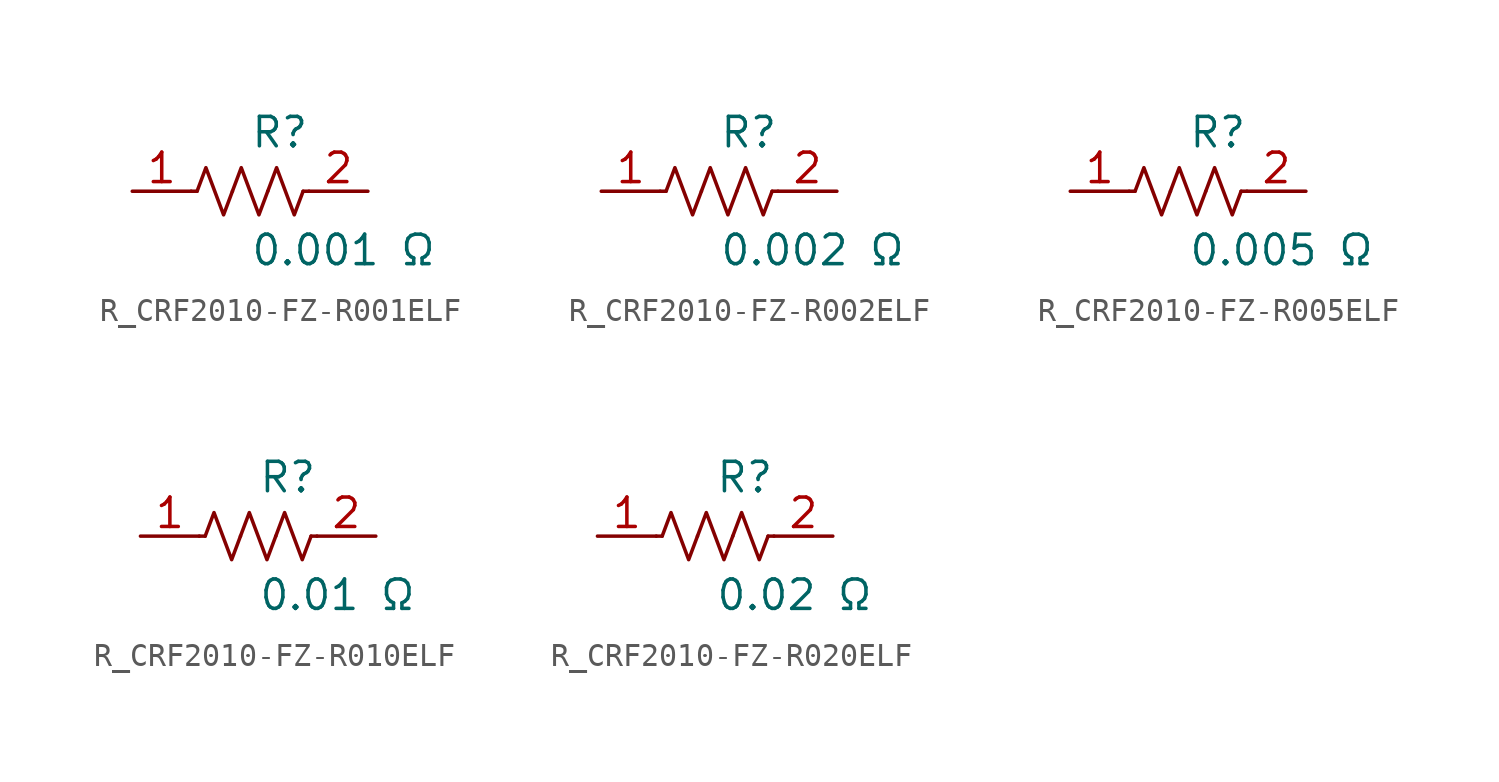
<source format=kicad_sym>
(kicad_symbol_lib
  (version 20231120)
  (generator kicad_symbol_editor)
  (generator_version 8.0)
  (symbol "R_CRF2010-FZ-R001ELF"
    (pin_names
      (offset 0.254))
    (property "Reference" "R"
      (at 0 2.54 0)
      (effects (font (size 1.27 1.27)) (justify left)))
    (property "Value" "0.001 Ω"
      (at 0 -2.54 0)
      (effects (font (size 1.27 1.27)) (justify left)))
    (symbol "R_CRF2010-FZ-R001ELF_0_1"
      (polyline (pts (xy 2.286 0) (xy 2.54 0)) (stroke (width 0) (type default)) (fill (type none)))
      (polyline (pts (xy -2.286 0) (xy -2.54 0)) (stroke (width 0) (type default)) (fill (type none)))
      (polyline (pts (xy 0.762 0) (xy 1.143 1.016) (xy 1.524 0) (xy 1.905 -1.016) (xy 2.286 0)) (stroke (width 0) (type default)) (fill (type none)))
      (polyline (pts (xy -0.762 0) (xy -0.381 1.016) (xy 0 0) (xy 0.381 -1.016) (xy 0.762 0)) (stroke (width 0) (type default)) (fill (type none)))
      (polyline (pts (xy -2.286 0) (xy -1.905 1.016) (xy -1.524 0) (xy -1.143 -1.016) (xy -0.762 0)) (stroke (width 0) (type default)) (fill (type none))))
    (pin unspecified line
      (at -5.08 0 0)
      (length 2.54)
      (name "" (effects (font (size 1.27 1.27))))
      (number "1" (effects (font (size 1.27 1.27)))))
    (pin unspecified line
      (at 5.08 0 180)
      (length 2.54)
      (name "" (effects (font (size 1.27 1.27))))
      (number "2" (effects (font (size 1.27 1.27))))))
  (symbol "R_CRF2010-FZ-R002ELF"
    (pin_names
      (offset 0.254))
    (property "Reference" "R"
      (at 0 2.54 0)
      (effects (font (size 1.27 1.27)) (justify left)))
    (property "Value" "0.002 Ω"
      (at 0 -2.54 0)
      (effects (font (size 1.27 1.27)) (justify left)))
    (symbol "R_CRF2010-FZ-R002ELF_0_1"
      (polyline (pts (xy 2.286 0) (xy 2.54 0)) (stroke (width 0) (type default)) (fill (type none)))
      (polyline (pts (xy -2.286 0) (xy -2.54 0)) (stroke (width 0) (type default)) (fill (type none)))
      (polyline (pts (xy 0.762 0) (xy 1.143 1.016) (xy 1.524 0) (xy 1.905 -1.016) (xy 2.286 0)) (stroke (width 0) (type default)) (fill (type none)))
      (polyline (pts (xy -0.762 0) (xy -0.381 1.016) (xy 0 0) (xy 0.381 -1.016) (xy 0.762 0)) (stroke (width 0) (type default)) (fill (type none)))
      (polyline (pts (xy -2.286 0) (xy -1.905 1.016) (xy -1.524 0) (xy -1.143 -1.016) (xy -0.762 0)) (stroke (width 0) (type default)) (fill (type none))))
    (pin unspecified line
      (at -5.08 0 0)
      (length 2.54)
      (name "" (effects (font (size 1.27 1.27))))
      (number "1" (effects (font (size 1.27 1.27)))))
    (pin unspecified line
      (at 5.08 0 180)
      (length 2.54)
      (name "" (effects (font (size 1.27 1.27))))
      (number "2" (effects (font (size 1.27 1.27))))))
  (symbol "R_CRF2010-FZ-R005ELF"
    (pin_names
      (offset 0.254))
    (property "Reference" "R"
      (at 0 2.54 0)
      (effects (font (size 1.27 1.27)) (justify left)))
    (property "Value" "0.005 Ω"
      (at 0 -2.54 0)
      (effects (font (size 1.27 1.27)) (justify left)))
    (symbol "R_CRF2010-FZ-R005ELF_0_1"
      (polyline (pts (xy 2.286 0) (xy 2.54 0)) (stroke (width 0) (type default)) (fill (type none)))
      (polyline (pts (xy -2.286 0) (xy -2.54 0)) (stroke (width 0) (type default)) (fill (type none)))
      (polyline (pts (xy 0.762 0) (xy 1.143 1.016) (xy 1.524 0) (xy 1.905 -1.016) (xy 2.286 0)) (stroke (width 0) (type default)) (fill (type none)))
      (polyline (pts (xy -0.762 0) (xy -0.381 1.016) (xy 0 0) (xy 0.381 -1.016) (xy 0.762 0)) (stroke (width 0) (type default)) (fill (type none)))
      (polyline (pts (xy -2.286 0) (xy -1.905 1.016) (xy -1.524 0) (xy -1.143 -1.016) (xy -0.762 0)) (stroke (width 0) (type default)) (fill (type none))))
    (pin unspecified line
      (at -5.08 0 0)
      (length 2.54)
      (name "" (effects (font (size 1.27 1.27))))
      (number "1" (effects (font (size 1.27 1.27)))))
    (pin unspecified line
      (at 5.08 0 180)
      (length 2.54)
      (name "" (effects (font (size 1.27 1.27))))
      (number "2" (effects (font (size 1.27 1.27))))))
  (symbol "R_CRF2010-FZ-R010ELF"
    (pin_names
      (offset 0.254))
    (property "Reference" "R"
      (at 0 2.54 0)
      (effects (font (size 1.27 1.27)) (justify left)))
    (property "Value" "0.01 Ω"
      (at 0 -2.54 0)
      (effects (font (size 1.27 1.27)) (justify left)))
    (symbol "R_CRF2010-FZ-R010ELF_0_1"
      (polyline (pts (xy 2.286 0) (xy 2.54 0)) (stroke (width 0) (type default)) (fill (type none)))
      (polyline (pts (xy -2.286 0) (xy -2.54 0)) (stroke (width 0) (type default)) (fill (type none)))
      (polyline (pts (xy 0.762 0) (xy 1.143 1.016) (xy 1.524 0) (xy 1.905 -1.016) (xy 2.286 0)) (stroke (width 0) (type default)) (fill (type none)))
      (polyline (pts (xy -0.762 0) (xy -0.381 1.016) (xy 0 0) (xy 0.381 -1.016) (xy 0.762 0)) (stroke (width 0) (type default)) (fill (type none)))
      (polyline (pts (xy -2.286 0) (xy -1.905 1.016) (xy -1.524 0) (xy -1.143 -1.016) (xy -0.762 0)) (stroke (width 0) (type default)) (fill (type none))))
    (pin unspecified line
      (at -5.08 0 0)
      (length 2.54)
      (name "" (effects (font (size 1.27 1.27))))
      (number "1" (effects (font (size 1.27 1.27)))))
    (pin unspecified line
      (at 5.08 0 180)
      (length 2.54)
      (name "" (effects (font (size 1.27 1.27))))
      (number "2" (effects (font (size 1.27 1.27))))))
  (symbol "R_CRF2010-FZ-R020ELF"
    (pin_names
      (offset 0.254))
    (property "Reference" "R"
      (at 0 2.54 0)
      (effects (font (size 1.27 1.27)) (justify left)))
    (property "Value" "0.02 Ω"
      (at 0 -2.54 0)
      (effects (font (size 1.27 1.27)) (justify left)))
    (symbol "R_CRF2010-FZ-R020ELF_0_1"
      (polyline (pts (xy 2.286 0) (xy 2.54 0)) (stroke (width 0) (type default)) (fill (type none)))
      (polyline (pts (xy -2.286 0) (xy -2.54 0)) (stroke (width 0) (type default)) (fill (type none)))
      (polyline (pts (xy 0.762 0) (xy 1.143 1.016) (xy 1.524 0) (xy 1.905 -1.016) (xy 2.286 0)) (stroke (width 0) (type default)) (fill (type none)))
      (polyline (pts (xy -0.762 0) (xy -0.381 1.016) (xy 0 0) (xy 0.381 -1.016) (xy 0.762 0)) (stroke (width 0) (type default)) (fill (type none)))
      (polyline (pts (xy -2.286 0) (xy -1.905 1.016) (xy -1.524 0) (xy -1.143 -1.016) (xy -0.762 0)) (stroke (width 0) (type default)) (fill (type none))))
    (pin unspecified line
      (at -5.08 0 0)
      (length 2.54)
      (name "" (effects (font (size 1.27 1.27))))
      (number "1" (effects (font (size 1.27 1.27)))))
    (pin unspecified line
      (at 5.08 0 180)
      (length 2.54)
      (name "" (effects (font (size 1.27 1.27))))
      (number "2" (effects (font (size 1.27 1.27)))))))
</source>
